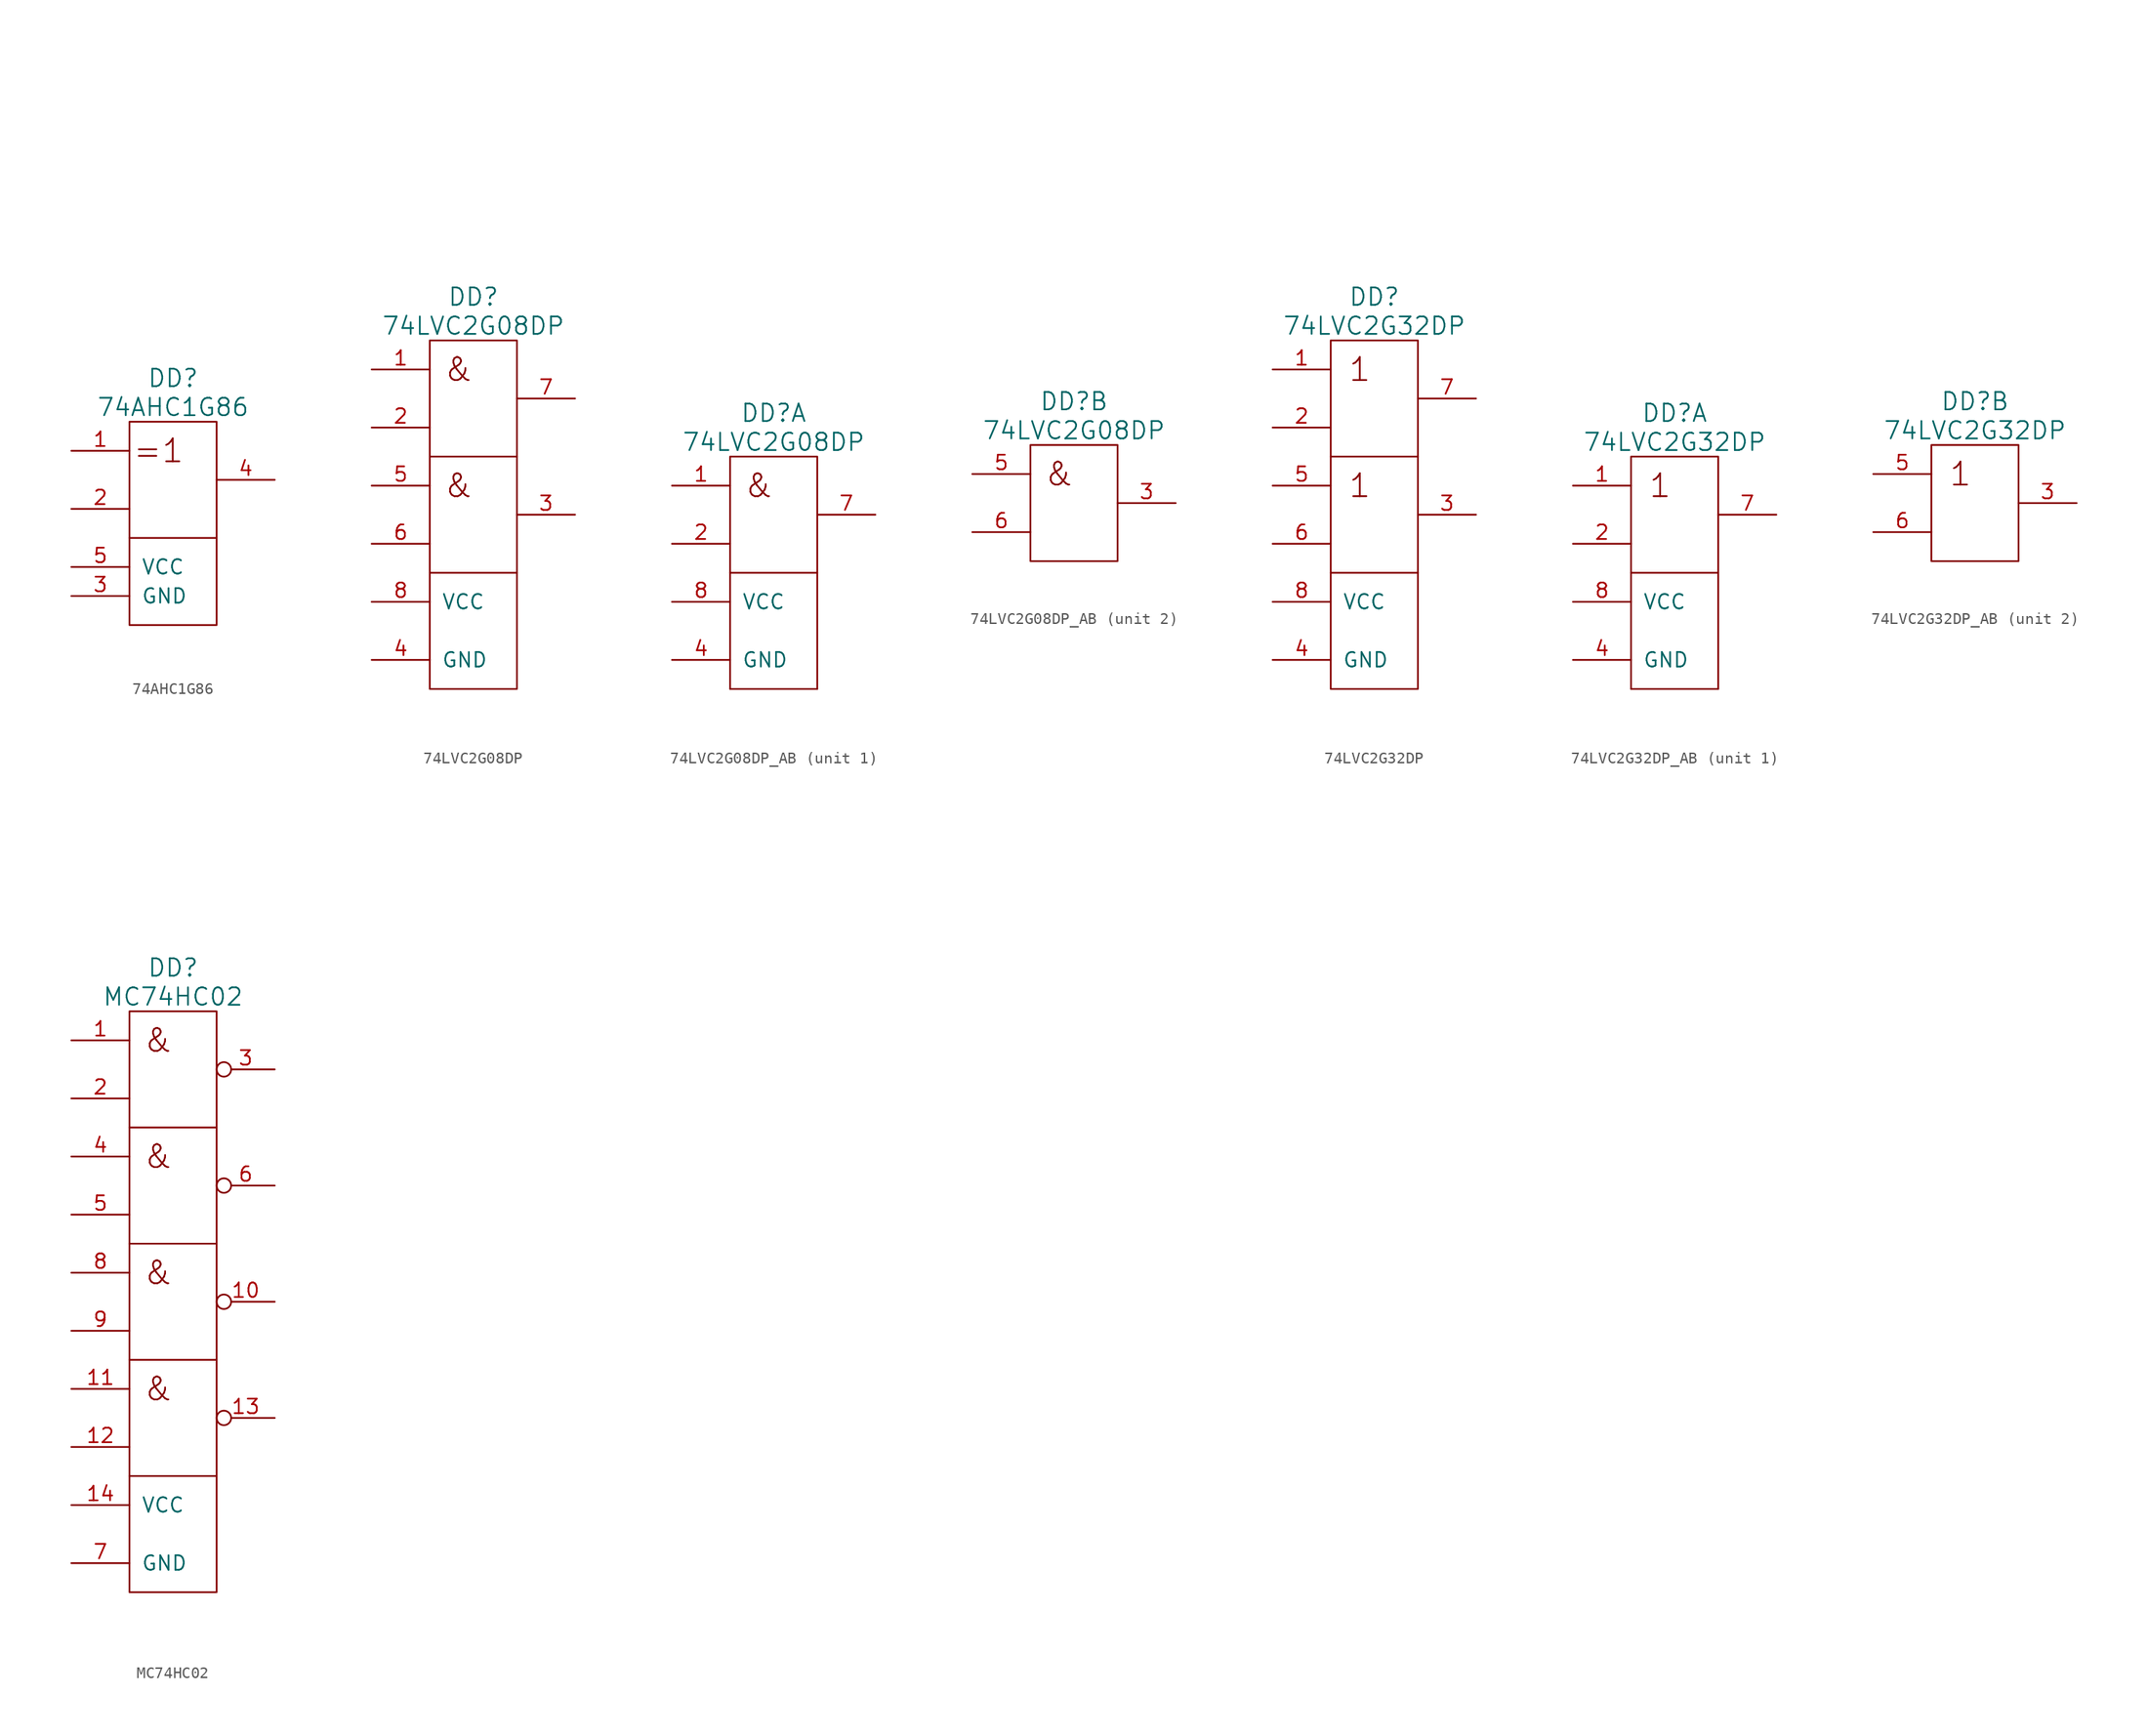
<source format=kicad_sym>
(kicad_symbol_lib
  (version 20220914)
  (generator kicad_symbol_editor)
  (symbol "74AHC1G86"
    (pin_names
      (offset 1.016))
    (property "Reference" "DD"
      (at 0 11.43 0)
      (effects (font (size 1.524 1.524))))
    (property "Value" "74AHC1G86"
      (at 0 8.89 0)
      (effects (font (size 1.524 1.524))))
    (property "Datasheet" ""
      (at -8.89 35.56 0)
      (effects (font (size 1.524 1.524))))
    (symbol "74AHC1G86_0_1"
      (rectangle (start -3.81 7.62) (end 3.81 -10.16) (stroke (width 0) (type solid)) (fill (type none))))
    (symbol "74AHC1G86_1_0"
      (text "=1" (at -1.27 5.08 0) (effects (font (size 2.007 2.007)))))
    (symbol "74AHC1G86_1_1"
      (polyline (pts (xy -3.81 -2.54) (xy 3.81 -2.54)) (stroke (width 0) (type solid)) (fill (type none)))
      (pin input line (at -8.89 5.08 0) (length 5.08) (name "~" (effects (font (size 1.27 1.27)))) (number "1" (effects (font (size 1.27 1.27)))))
      (pin input line (at -8.89 0 0) (length 5.08) (name "~" (effects (font (size 1.27 1.27)))) (number "2" (effects (font (size 1.27 1.27)))))
      (pin power_in line (at -8.89 -7.62 0) (length 5.08) (name "GND" (effects (font (size 1.27 1.27)))) (number "3" (effects (font (size 1.27 1.27)))))
      (pin output line (at 8.89 2.54 180) (length 5.08) (name "~" (effects (font (size 1.27 1.27)))) (number "4" (effects (font (size 1.27 1.27)))))
      (pin power_in line (at -8.89 -5.08 0) (length 5.08) (name "VCC" (effects (font (size 1.27 1.27)))) (number "5" (effects (font (size 1.27 1.27)))))))
  (symbol "74LVC2G08DP"
    (pin_names
      (offset 1.016))
    (property "Reference" "DD"
      (at 0 19.05 0)
      (effects (font (size 1.524 1.524))))
    (property "Value" "74LVC2G08DP"
      (at 0 16.51 0)
      (effects (font (size 1.524 1.524))))
    (property "Datasheet" ""
      (at -8.89 35.56 0)
      (effects (font (size 1.524 1.524))))
    (symbol "74LVC2G08DP_0_0"
      (text "&" (at -1.27 2.54 0) (effects (font (size 2.007 2.007))))
      (text "&" (at -1.27 12.7 0) (effects (font (size 2.007 2.007)))))
    (symbol "74LVC2G08DP_0_1"
      (rectangle (start -3.81 15.24) (end 3.81 -15.24) (stroke (width 0) (type solid)) (fill (type none))))
    (symbol "74LVC2G08DP_1_1"
      (polyline (pts (xy -3.81 -5.08) (xy 3.81 -5.08)) (stroke (width 0) (type solid)) (fill (type none)))
      (polyline (pts (xy -3.81 5.08) (xy 3.81 5.08)) (stroke (width 0) (type solid)) (fill (type none)))
      (pin input line (at -8.89 12.7 0) (length 5.08) (name "~" (effects (font (size 1.27 1.27)))) (number "1" (effects (font (size 1.27 1.27)))))
      (pin input line (at -8.89 7.62 0) (length 5.08) (name "~" (effects (font (size 1.27 1.27)))) (number "2" (effects (font (size 1.27 1.27)))))
      (pin output line (at 8.89 0 180) (length 5.08) (name "~" (effects (font (size 1.27 1.27)))) (number "3" (effects (font (size 1.27 1.27)))))
      (pin power_in line (at -8.89 -12.7 0) (length 5.08) (name "GND" (effects (font (size 1.27 1.27)))) (number "4" (effects (font (size 1.27 1.27)))))
      (pin input line (at -8.89 2.54 0) (length 5.08) (name "~" (effects (font (size 1.27 1.27)))) (number "5" (effects (font (size 1.27 1.27)))))
      (pin input line (at -8.89 -2.54 0) (length 5.08) (name "~" (effects (font (size 1.27 1.27)))) (number "6" (effects (font (size 1.27 1.27)))))
      (pin output line (at 8.89 10.16 180) (length 5.08) (name "~" (effects (font (size 1.27 1.27)))) (number "7" (effects (font (size 1.27 1.27)))))
      (pin power_in line (at -8.89 -7.62 0) (length 5.08) (name "VCC" (effects (font (size 1.27 1.27)))) (number "8" (effects (font (size 1.27 1.27)))))))
  (symbol "74LVC2G08DP_AB"
    (pin_names
      (offset 1.016))
    (property "Reference" "DD"
      (at 0 8.89 0)
      (effects (font (size 1.524 1.524))))
    (property "Value" "74LVC2G08DP"
      (at 0 6.35 0)
      (effects (font (size 1.524 1.524))))
    (property "Datasheet" ""
      (at -8.89 35.56 0)
      (effects (font (size 1.524 1.524))))
    (symbol "74LVC2G08DP_AB_0_0"
      (text "&" (at -1.27 2.54 0) (effects (font (size 2.007 2.007)))))
    (symbol "74LVC2G08DP_AB_0_1"
      (rectangle (start -3.81 5.08) (end 3.81 -5.08) (stroke (width 0) (type solid)) (fill (type none))))
    (symbol "74LVC2G08DP_AB_1_1"
      (polyline (pts (xy -3.81 -15.24) (xy 3.81 -15.24)) (stroke (width 0) (type solid)) (fill (type none)))
      (polyline (pts (xy -3.81 -5.08) (xy -3.81 -15.24)) (stroke (width 0) (type default)) (fill (type none)))
      (polyline (pts (xy 3.81 -5.08) (xy 3.81 -15.24)) (stroke (width 0) (type default)) (fill (type none)))
      (pin input line (at -8.89 2.54 0) (length 5.08) (name "~" (effects (font (size 1.27 1.27)))) (number "1" (effects (font (size 1.27 1.27)))))
      (pin input line (at -8.89 -2.54 0) (length 5.08) (name "~" (effects (font (size 1.27 1.27)))) (number "2" (effects (font (size 1.27 1.27)))))
      (pin power_in line (at -8.89 -12.7 0) (length 5.08) (name "GND" (effects (font (size 1.27 1.27)))) (number "4" (effects (font (size 1.27 1.27)))))
      (pin output line (at 8.89 0 180) (length 5.08) (name "~" (effects (font (size 1.27 1.27)))) (number "7" (effects (font (size 1.27 1.27)))))
      (pin power_in line (at -8.89 -7.62 0) (length 5.08) (name "VCC" (effects (font (size 1.27 1.27)))) (number "8" (effects (font (size 1.27 1.27))))))
    (symbol "74LVC2G08DP_AB_2_1"
      (pin output line (at 8.89 0 180) (length 5.08) (name "~" (effects (font (size 1.27 1.27)))) (number "3" (effects (font (size 1.27 1.27)))))
      (pin input line (at -8.89 2.54 0) (length 5.08) (name "~" (effects (font (size 1.27 1.27)))) (number "5" (effects (font (size 1.27 1.27)))))
      (pin input line (at -8.89 -2.54 0) (length 5.08) (name "~" (effects (font (size 1.27 1.27)))) (number "6" (effects (font (size 1.27 1.27)))))))
  (symbol "74LVC2G32DP"
    (pin_names
      (offset 1.016))
    (property "Reference" "DD"
      (at 0 19.05 0)
      (effects (font (size 1.524 1.524))))
    (property "Value" "74LVC2G32DP"
      (at 0 16.51 0)
      (effects (font (size 1.524 1.524))))
    (property "Datasheet" ""
      (at -8.89 35.56 0)
      (effects (font (size 1.524 1.524))))
    (symbol "74LVC2G32DP_0_1"
      (rectangle (start -3.81 15.24) (end 3.81 -15.24) (stroke (width 0) (type solid)) (fill (type none))))
    (symbol "74LVC2G32DP_1_0"
      (text "1" (at -1.27 2.54 0) (effects (font (size 2.007 2.007))))
      (text "1" (at -1.27 12.7 0) (effects (font (size 2.007 2.007)))))
    (symbol "74LVC2G32DP_1_1"
      (polyline (pts (xy -3.81 -5.08) (xy 3.81 -5.08)) (stroke (width 0) (type solid)) (fill (type none)))
      (polyline (pts (xy -3.81 5.08) (xy 3.81 5.08)) (stroke (width 0) (type solid)) (fill (type none)))
      (pin input line (at -8.89 12.7 0) (length 5.08) (name "~" (effects (font (size 1.27 1.27)))) (number "1" (effects (font (size 1.27 1.27)))))
      (pin input line (at -8.89 7.62 0) (length 5.08) (name "~" (effects (font (size 1.27 1.27)))) (number "2" (effects (font (size 1.27 1.27)))))
      (pin output line (at 8.89 0 180) (length 5.08) (name "~" (effects (font (size 1.27 1.27)))) (number "3" (effects (font (size 1.27 1.27)))))
      (pin power_in line (at -8.89 -12.7 0) (length 5.08) (name "GND" (effects (font (size 1.27 1.27)))) (number "4" (effects (font (size 1.27 1.27)))))
      (pin input line (at -8.89 2.54 0) (length 5.08) (name "~" (effects (font (size 1.27 1.27)))) (number "5" (effects (font (size 1.27 1.27)))))
      (pin input line (at -8.89 -2.54 0) (length 5.08) (name "~" (effects (font (size 1.27 1.27)))) (number "6" (effects (font (size 1.27 1.27)))))
      (pin output line (at 8.89 10.16 180) (length 5.08) (name "~" (effects (font (size 1.27 1.27)))) (number "7" (effects (font (size 1.27 1.27)))))
      (pin power_in line (at -8.89 -7.62 0) (length 5.08) (name "VCC" (effects (font (size 1.27 1.27)))) (number "8" (effects (font (size 1.27 1.27)))))))
  (symbol "74LVC2G32DP_AB"
    (pin_names
      (offset 1.016))
    (property "Reference" "DD"
      (at 0 8.89 0)
      (effects (font (size 1.524 1.524))))
    (property "Value" "74LVC2G32DP"
      (at 0 6.35 0)
      (effects (font (size 1.524 1.524))))
    (property "Datasheet" ""
      (at -8.89 35.56 0)
      (effects (font (size 1.524 1.524))))
    (symbol "74LVC2G32DP_AB_0_0"
      (text "1" (at -1.27 2.54 0) (effects (font (size 2.007 2.007)))))
    (symbol "74LVC2G32DP_AB_0_1"
      (rectangle (start -3.81 5.08) (end 3.81 -5.08) (stroke (width 0) (type solid)) (fill (type none))))
    (symbol "74LVC2G32DP_AB_1_1"
      (polyline (pts (xy -3.81 -15.24) (xy 3.81 -15.24)) (stroke (width 0) (type solid)) (fill (type none)))
      (polyline (pts (xy -3.81 -5.08) (xy -3.81 -15.24)) (stroke (width 0) (type default)) (fill (type none)))
      (polyline (pts (xy 3.81 -5.08) (xy 3.81 -15.24)) (stroke (width 0) (type default)) (fill (type none)))
      (pin input line (at -8.89 2.54 0) (length 5.08) (name "~" (effects (font (size 1.27 1.27)))) (number "1" (effects (font (size 1.27 1.27)))))
      (pin input line (at -8.89 -2.54 0) (length 5.08) (name "~" (effects (font (size 1.27 1.27)))) (number "2" (effects (font (size 1.27 1.27)))))
      (pin power_in line (at -8.89 -12.7 0) (length 5.08) (name "GND" (effects (font (size 1.27 1.27)))) (number "4" (effects (font (size 1.27 1.27)))))
      (pin output line (at 8.89 0 180) (length 5.08) (name "~" (effects (font (size 1.27 1.27)))) (number "7" (effects (font (size 1.27 1.27)))))
      (pin power_in line (at -8.89 -7.62 0) (length 5.08) (name "VCC" (effects (font (size 1.27 1.27)))) (number "8" (effects (font (size 1.27 1.27))))))
    (symbol "74LVC2G32DP_AB_2_1"
      (pin output line (at 8.89 0 180) (length 5.08) (name "~" (effects (font (size 1.27 1.27)))) (number "3" (effects (font (size 1.27 1.27)))))
      (pin input line (at -8.89 2.54 0) (length 5.08) (name "~" (effects (font (size 1.27 1.27)))) (number "5" (effects (font (size 1.27 1.27)))))
      (pin input line (at -8.89 -2.54 0) (length 5.08) (name "~" (effects (font (size 1.27 1.27)))) (number "6" (effects (font (size 1.27 1.27)))))))
  (symbol "MC74HC02"
    (pin_names
      (offset 1.016))
    (property "Reference" "DD"
      (at 0 29.21 0)
      (effects (font (size 1.524 1.524))))
    (property "Value" "MC74HC02"
      (at 0 26.67 0)
      (effects (font (size 1.524 1.524))))
    (property "Datasheet" ""
      (at -8.89 35.56 0)
      (effects (font (size 1.524 1.524))))
    (symbol "MC74HC02_0_0"
      (text "&" (at -1.27 -7.62 0) (effects (font (size 2.007 2.007))))
      (text "&" (at -1.27 2.54 0) (effects (font (size 2.007 2.007))))
      (text "&" (at -1.27 12.7 0) (effects (font (size 2.007 2.007))))
      (text "&" (at -1.27 22.86 0) (effects (font (size 2.007 2.007)))))
    (symbol "MC74HC02_0_1"
      (rectangle (start -3.81 25.4) (end 3.81 -25.4) (stroke (width 0) (type solid)) (fill (type none)))
      (polyline (pts (xy -3.81 -15.24) (xy 3.81 -15.24)) (stroke (width 0) (type solid)) (fill (type none)))
      (polyline (pts (xy -3.81 -5.08) (xy 3.81 -5.08)) (stroke (width 0) (type solid)) (fill (type none)))
      (polyline (pts (xy -3.81 5.08) (xy 3.81 5.08)) (stroke (width 0) (type solid)) (fill (type none)))
      (polyline (pts (xy -3.81 15.24) (xy 3.81 15.24)) (stroke (width 0) (type solid)) (fill (type none))))
    (symbol "MC74HC02_1_1"
      (pin input line (at -8.89 22.86 0) (length 5.08) (name "~" (effects (font (size 1.27 1.27)))) (number "1" (effects (font (size 1.27 1.27)))))
      (pin output inverted (at 8.89 0 180) (length 5.08) (name "~" (effects (font (size 1.27 1.27)))) (number "10" (effects (font (size 1.27 1.27)))))
      (pin input line (at -8.89 -7.62 0) (length 5.08) (name "~" (effects (font (size 1.27 1.27)))) (number "11" (effects (font (size 1.27 1.27)))))
      (pin input line (at -8.89 -12.7 0) (length 5.08) (name "~" (effects (font (size 1.27 1.27)))) (number "12" (effects (font (size 1.27 1.27)))))
      (pin output inverted (at 8.89 -10.16 180) (length 5.08) (name "~" (effects (font (size 1.27 1.27)))) (number "13" (effects (font (size 1.27 1.27)))))
      (pin power_in line (at -8.89 -17.78 0) (length 5.08) (name "VCC" (effects (font (size 1.27 1.27)))) (number "14" (effects (font (size 1.27 1.27)))))
      (pin input line (at -8.89 17.78 0) (length 5.08) (name "~" (effects (font (size 1.27 1.27)))) (number "2" (effects (font (size 1.27 1.27)))))
      (pin output inverted (at 8.89 20.32 180) (length 5.08) (name "~" (effects (font (size 1.27 1.27)))) (number "3" (effects (font (size 1.27 1.27)))))
      (pin input line (at -8.89 12.7 0) (length 5.08) (name "~" (effects (font (size 1.27 1.27)))) (number "4" (effects (font (size 1.27 1.27)))))
      (pin input line (at -8.89 7.62 0) (length 5.08) (name "~" (effects (font (size 1.27 1.27)))) (number "5" (effects (font (size 1.27 1.27)))))
      (pin output inverted (at 8.89 10.16 180) (length 5.08) (name "~" (effects (font (size 1.27 1.27)))) (number "6" (effects (font (size 1.27 1.27)))))
      (pin power_in line (at -8.89 -22.86 0) (length 5.08) (name "GND" (effects (font (size 1.27 1.27)))) (number "7" (effects (font (size 1.27 1.27)))))
      (pin input line (at -8.89 2.54 0) (length 5.08) (name "~" (effects (font (size 1.27 1.27)))) (number "8" (effects (font (size 1.27 1.27)))))
      (pin input line (at -8.89 -2.54 0) (length 5.08) (name "~" (effects (font (size 1.27 1.27)))) (number "9" (effects (font (size 1.27 1.27))))))))
</source>
